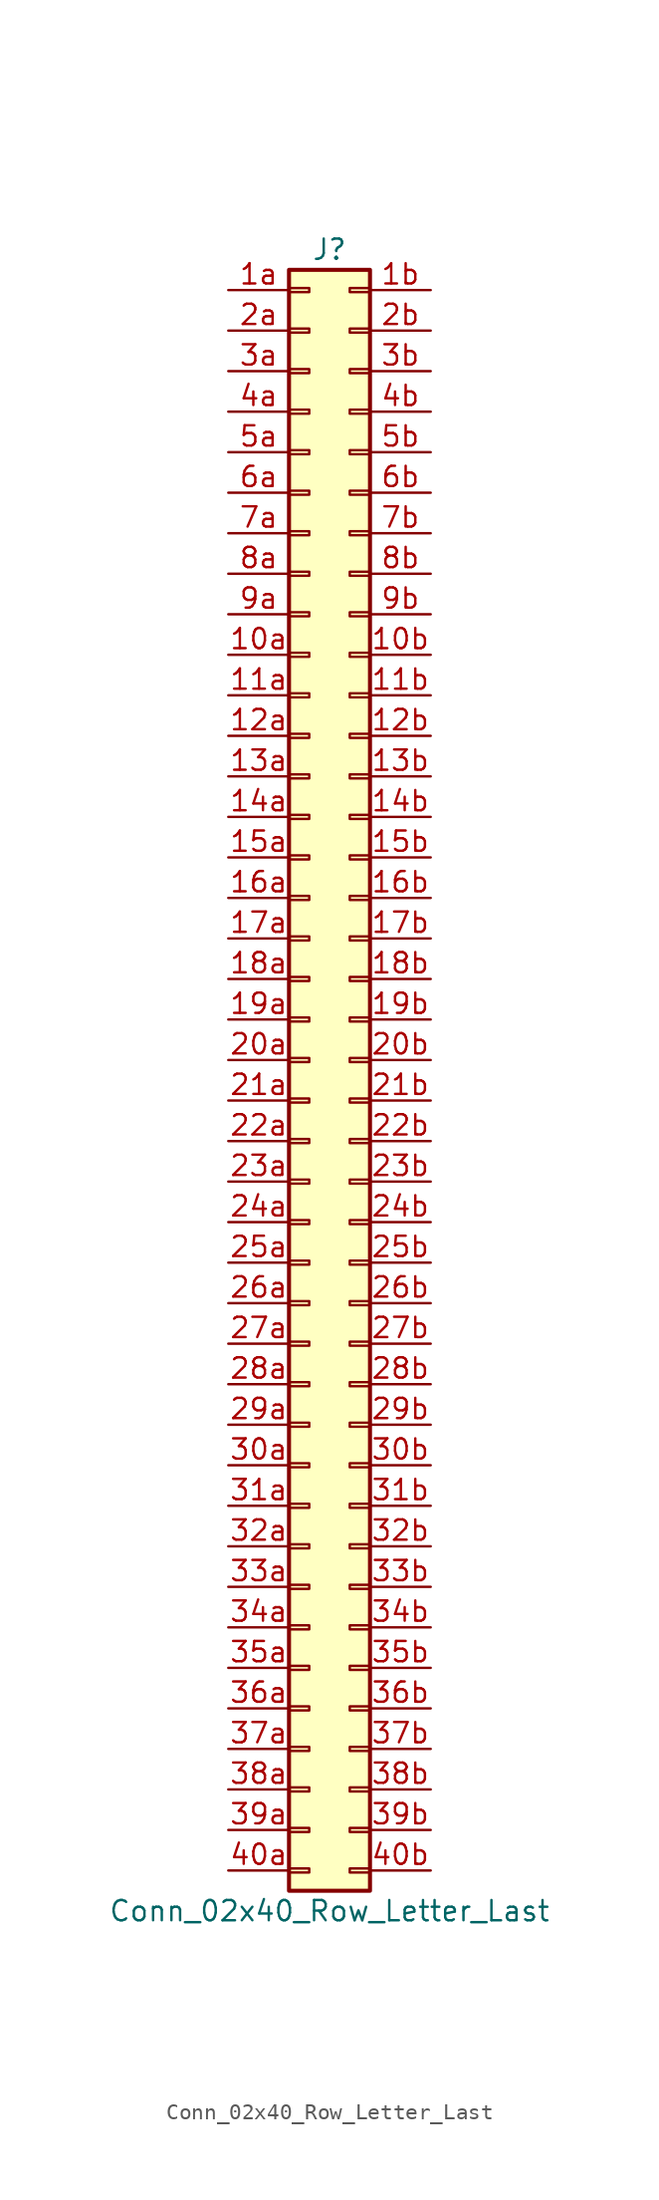
<source format=kicad_sym>
(kicad_symbol_lib
  (version 20201005)
  (generator kicad_symbol_editor)
  (symbol "Connector_Generic:Conn_02x40_Row_Letter_Last"
    (pin_names
      (offset 1.016) hide)
    (property "Reference" "J"
      (at 1.27 50.8 0)
      (effects (font (size 1.27 1.27))))
    (property "Value" "Conn_02x40_Row_Letter_Last"
      (at 1.27 -53.34 0)
      (effects (font (size 1.27 1.27))))
    (symbol "Conn_02x40_Row_Letter_Last_1_1"
      (rectangle (start -1.27 -27.813) (end 0 -28.067) (stroke (width 0.152)) (fill (type none)))
      (rectangle (start -1.27 -30.353) (end 0 -30.607) (stroke (width 0.152)) (fill (type none)))
      (rectangle (start -1.27 -32.893) (end 0 -33.147) (stroke (width 0.152)) (fill (type none)))
      (rectangle (start -1.27 -35.433) (end 0 -35.687) (stroke (width 0.152)) (fill (type none)))
      (rectangle (start -1.27 -37.973) (end 0 -38.227) (stroke (width 0.152)) (fill (type none)))
      (rectangle (start -1.27 -40.513) (end 0 -40.767) (stroke (width 0.152)) (fill (type none)))
      (rectangle (start -1.27 -43.053) (end 0 -43.307) (stroke (width 0.152)) (fill (type none)))
      (rectangle (start -1.27 -45.593) (end 0 -45.847) (stroke (width 0.152)) (fill (type none)))
      (rectangle (start -1.27 -48.133) (end 0 -48.387) (stroke (width 0.152)) (fill (type none)))
      (rectangle (start -1.27 -4.953) (end 0 -5.207) (stroke (width 0.152)) (fill (type none)))
      (rectangle (start -1.27 -50.673) (end 0 -50.927) (stroke (width 0.152)) (fill (type none)))
      (rectangle (start -1.27 -7.493) (end 0 -7.747) (stroke (width 0.152)) (fill (type none)))
      (rectangle (start -1.27 -10.033) (end 0 -10.287) (stroke (width 0.152)) (fill (type none)))
      (rectangle (start -1.27 -12.573) (end 0 -12.827) (stroke (width 0.152)) (fill (type none)))
      (rectangle (start -1.27 -15.113) (end 0 -15.367) (stroke (width 0.152)) (fill (type none)))
      (rectangle (start -1.27 -17.653) (end 0 -17.907) (stroke (width 0.152)) (fill (type none)))
      (rectangle (start -1.27 -20.193) (end 0 -20.447) (stroke (width 0.152)) (fill (type none)))
      (rectangle (start -1.27 -22.733) (end 0 -22.987) (stroke (width 0.152)) (fill (type none)))
      (rectangle (start -1.27 -2.413) (end 0 -2.667) (stroke (width 0.152)) (fill (type none)))
      (rectangle (start -1.27 -25.273) (end 0 -25.527) (stroke (width 0.152)) (fill (type none)))
      (rectangle (start -1.27 25.527) (end 0 25.273) (stroke (width 0.152)) (fill (type none)))
      (rectangle (start -1.27 2.667) (end 0 2.413) (stroke (width 0.152)) (fill (type none)))
      (rectangle (start -1.27 28.067) (end 0 27.813) (stroke (width 0.152)) (fill (type none)))
      (rectangle (start -1.27 30.607) (end 0 30.353) (stroke (width 0.152)) (fill (type none)))
      (rectangle (start -1.27 33.147) (end 0 32.893) (stroke (width 0.152)) (fill (type none)))
      (rectangle (start -1.27 35.687) (end 0 35.433) (stroke (width 0.152)) (fill (type none)))
      (rectangle (start -1.27 38.227) (end 0 37.973) (stroke (width 0.152)) (fill (type none)))
      (rectangle (start -1.27 40.767) (end 0 40.513) (stroke (width 0.152)) (fill (type none)))
      (rectangle (start -1.27 43.307) (end 0 43.053) (stroke (width 0.152)) (fill (type none)))
      (rectangle (start -1.27 45.847) (end 0 45.593) (stroke (width 0.152)) (fill (type none)))
      (rectangle (start -1.27 48.387) (end 0 48.133) (stroke (width 0.152)) (fill (type none)))
      (rectangle (start -1.27 49.53) (end 3.81 -52.07) (stroke (width 0.254)) (fill (type background)))
      (rectangle (start -1.27 5.207) (end 0 4.953) (stroke (width 0.152)) (fill (type none)))
      (rectangle (start -1.27 7.747) (end 0 7.493) (stroke (width 0.152)) (fill (type none)))
      (rectangle (start -1.27 10.287) (end 0 10.033) (stroke (width 0.152)) (fill (type none)))
      (rectangle (start -1.27 0.127) (end 0 -0.127) (stroke (width 0.152)) (fill (type none)))
      (rectangle (start -1.27 12.827) (end 0 12.573) (stroke (width 0.152)) (fill (type none)))
      (rectangle (start -1.27 15.367) (end 0 15.113) (stroke (width 0.152)) (fill (type none)))
      (rectangle (start -1.27 17.907) (end 0 17.653) (stroke (width 0.152)) (fill (type none)))
      (rectangle (start -1.27 20.447) (end 0 20.193) (stroke (width 0.152)) (fill (type none)))
      (rectangle (start -1.27 22.987) (end 0 22.733) (stroke (width 0.152)) (fill (type none)))
      (rectangle (start 3.81 -27.813) (end 2.54 -28.067) (stroke (width 0.152)) (fill (type none)))
      (rectangle (start 3.81 -30.353) (end 2.54 -30.607) (stroke (width 0.152)) (fill (type none)))
      (rectangle (start 3.81 -32.893) (end 2.54 -33.147) (stroke (width 0.152)) (fill (type none)))
      (rectangle (start 3.81 -35.433) (end 2.54 -35.687) (stroke (width 0.152)) (fill (type none)))
      (rectangle (start 3.81 -37.973) (end 2.54 -38.227) (stroke (width 0.152)) (fill (type none)))
      (rectangle (start 3.81 -40.513) (end 2.54 -40.767) (stroke (width 0.152)) (fill (type none)))
      (rectangle (start 3.81 -43.053) (end 2.54 -43.307) (stroke (width 0.152)) (fill (type none)))
      (rectangle (start 3.81 -45.593) (end 2.54 -45.847) (stroke (width 0.152)) (fill (type none)))
      (rectangle (start 3.81 -48.133) (end 2.54 -48.387) (stroke (width 0.152)) (fill (type none)))
      (rectangle (start 3.81 -4.953) (end 2.54 -5.207) (stroke (width 0.152)) (fill (type none)))
      (rectangle (start 3.81 -50.673) (end 2.54 -50.927) (stroke (width 0.152)) (fill (type none)))
      (rectangle (start 3.81 -7.493) (end 2.54 -7.747) (stroke (width 0.152)) (fill (type none)))
      (rectangle (start 3.81 -10.033) (end 2.54 -10.287) (stroke (width 0.152)) (fill (type none)))
      (rectangle (start 3.81 -12.573) (end 2.54 -12.827) (stroke (width 0.152)) (fill (type none)))
      (rectangle (start 3.81 -15.113) (end 2.54 -15.367) (stroke (width 0.152)) (fill (type none)))
      (rectangle (start 3.81 -17.653) (end 2.54 -17.907) (stroke (width 0.152)) (fill (type none)))
      (rectangle (start 3.81 -20.193) (end 2.54 -20.447) (stroke (width 0.152)) (fill (type none)))
      (rectangle (start 3.81 -22.733) (end 2.54 -22.987) (stroke (width 0.152)) (fill (type none)))
      (rectangle (start 3.81 -2.413) (end 2.54 -2.667) (stroke (width 0.152)) (fill (type none)))
      (rectangle (start 3.81 -25.273) (end 2.54 -25.527) (stroke (width 0.152)) (fill (type none)))
      (rectangle (start 3.81 25.527) (end 2.54 25.273) (stroke (width 0.152)) (fill (type none)))
      (rectangle (start 3.81 2.667) (end 2.54 2.413) (stroke (width 0.152)) (fill (type none)))
      (rectangle (start 3.81 28.067) (end 2.54 27.813) (stroke (width 0.152)) (fill (type none)))
      (rectangle (start 3.81 30.607) (end 2.54 30.353) (stroke (width 0.152)) (fill (type none)))
      (rectangle (start 3.81 33.147) (end 2.54 32.893) (stroke (width 0.152)) (fill (type none)))
      (rectangle (start 3.81 35.687) (end 2.54 35.433) (stroke (width 0.152)) (fill (type none)))
      (rectangle (start 3.81 38.227) (end 2.54 37.973) (stroke (width 0.152)) (fill (type none)))
      (rectangle (start 3.81 40.767) (end 2.54 40.513) (stroke (width 0.152)) (fill (type none)))
      (rectangle (start 3.81 43.307) (end 2.54 43.053) (stroke (width 0.152)) (fill (type none)))
      (rectangle (start 3.81 45.847) (end 2.54 45.593) (stroke (width 0.152)) (fill (type none)))
      (rectangle (start 3.81 48.387) (end 2.54 48.133) (stroke (width 0.152)) (fill (type none)))
      (rectangle (start 3.81 5.207) (end 2.54 4.953) (stroke (width 0.152)) (fill (type none)))
      (rectangle (start 3.81 7.747) (end 2.54 7.493) (stroke (width 0.152)) (fill (type none)))
      (rectangle (start 3.81 10.287) (end 2.54 10.033) (stroke (width 0.152)) (fill (type none)))
      (rectangle (start 3.81 0.127) (end 2.54 -0.127) (stroke (width 0.152)) (fill (type none)))
      (rectangle (start 3.81 12.827) (end 2.54 12.573) (stroke (width 0.152)) (fill (type none)))
      (rectangle (start 3.81 15.367) (end 2.54 15.113) (stroke (width 0.152)) (fill (type none)))
      (rectangle (start 3.81 17.907) (end 2.54 17.653) (stroke (width 0.152)) (fill (type none)))
      (rectangle (start 3.81 20.447) (end 2.54 20.193) (stroke (width 0.152)) (fill (type none)))
      (rectangle (start 3.81 22.987) (end 2.54 22.733) (stroke (width 0.152)) (fill (type none)))
      (pin passive line (at -5.08 25.4 0) (length 3.81) (name "Pin_10a" (effects (font (size 1.27 1.27)))) (number "10a" (effects (font (size 1.27 1.27)))))
      (pin passive line (at 7.62 25.4 180) (length 3.81) (name "Pin_10b" (effects (font (size 1.27 1.27)))) (number "10b" (effects (font (size 1.27 1.27)))))
      (pin passive line (at -5.08 22.86 0) (length 3.81) (name "Pin_11a" (effects (font (size 1.27 1.27)))) (number "11a" (effects (font (size 1.27 1.27)))))
      (pin passive line (at 7.62 22.86 180) (length 3.81) (name "Pin_11b" (effects (font (size 1.27 1.27)))) (number "11b" (effects (font (size 1.27 1.27)))))
      (pin passive line (at -5.08 20.32 0) (length 3.81) (name "Pin_12a" (effects (font (size 1.27 1.27)))) (number "12a" (effects (font (size 1.27 1.27)))))
      (pin passive line (at 7.62 20.32 180) (length 3.81) (name "Pin_12b" (effects (font (size 1.27 1.27)))) (number "12b" (effects (font (size 1.27 1.27)))))
      (pin passive line (at -5.08 17.78 0) (length 3.81) (name "Pin_13a" (effects (font (size 1.27 1.27)))) (number "13a" (effects (font (size 1.27 1.27)))))
      (pin passive line (at 7.62 17.78 180) (length 3.81) (name "Pin_13b" (effects (font (size 1.27 1.27)))) (number "13b" (effects (font (size 1.27 1.27)))))
      (pin passive line (at -5.08 15.24 0) (length 3.81) (name "Pin_14a" (effects (font (size 1.27 1.27)))) (number "14a" (effects (font (size 1.27 1.27)))))
      (pin passive line (at 7.62 15.24 180) (length 3.81) (name "Pin_14b" (effects (font (size 1.27 1.27)))) (number "14b" (effects (font (size 1.27 1.27)))))
      (pin passive line (at -5.08 12.7 0) (length 3.81) (name "Pin_15a" (effects (font (size 1.27 1.27)))) (number "15a" (effects (font (size 1.27 1.27)))))
      (pin passive line (at 7.62 12.7 180) (length 3.81) (name "Pin_15b" (effects (font (size 1.27 1.27)))) (number "15b" (effects (font (size 1.27 1.27)))))
      (pin passive line (at -5.08 10.16 0) (length 3.81) (name "Pin_16a" (effects (font (size 1.27 1.27)))) (number "16a" (effects (font (size 1.27 1.27)))))
      (pin passive line (at 7.62 10.16 180) (length 3.81) (name "Pin_16b" (effects (font (size 1.27 1.27)))) (number "16b" (effects (font (size 1.27 1.27)))))
      (pin passive line (at -5.08 7.62 0) (length 3.81) (name "Pin_17a" (effects (font (size 1.27 1.27)))) (number "17a" (effects (font (size 1.27 1.27)))))
      (pin passive line (at 7.62 7.62 180) (length 3.81) (name "Pin_17b" (effects (font (size 1.27 1.27)))) (number "17b" (effects (font (size 1.27 1.27)))))
      (pin passive line (at -5.08 5.08 0) (length 3.81) (name "Pin_18a" (effects (font (size 1.27 1.27)))) (number "18a" (effects (font (size 1.27 1.27)))))
      (pin passive line (at 7.62 5.08 180) (length 3.81) (name "Pin_18b" (effects (font (size 1.27 1.27)))) (number "18b" (effects (font (size 1.27 1.27)))))
      (pin passive line (at -5.08 2.54 0) (length 3.81) (name "Pin_19a" (effects (font (size 1.27 1.27)))) (number "19a" (effects (font (size 1.27 1.27)))))
      (pin passive line (at 7.62 2.54 180) (length 3.81) (name "Pin_19b" (effects (font (size 1.27 1.27)))) (number "19b" (effects (font (size 1.27 1.27)))))
      (pin passive line (at -5.08 48.26 0) (length 3.81) (name "Pin_1a" (effects (font (size 1.27 1.27)))) (number "1a" (effects (font (size 1.27 1.27)))))
      (pin passive line (at 7.62 48.26 180) (length 3.81) (name "Pin_1b" (effects (font (size 1.27 1.27)))) (number "1b" (effects (font (size 1.27 1.27)))))
      (pin passive line (at -5.08 0 0) (length 3.81) (name "Pin_20a" (effects (font (size 1.27 1.27)))) (number "20a" (effects (font (size 1.27 1.27)))))
      (pin passive line (at 7.62 0 180) (length 3.81) (name "Pin_20b" (effects (font (size 1.27 1.27)))) (number "20b" (effects (font (size 1.27 1.27)))))
      (pin passive line (at -5.08 -2.54 0) (length 3.81) (name "Pin_21a" (effects (font (size 1.27 1.27)))) (number "21a" (effects (font (size 1.27 1.27)))))
      (pin passive line (at 7.62 -2.54 180) (length 3.81) (name "Pin_21b" (effects (font (size 1.27 1.27)))) (number "21b" (effects (font (size 1.27 1.27)))))
      (pin passive line (at -5.08 -5.08 0) (length 3.81) (name "Pin_22a" (effects (font (size 1.27 1.27)))) (number "22a" (effects (font (size 1.27 1.27)))))
      (pin passive line (at 7.62 -5.08 180) (length 3.81) (name "Pin_22b" (effects (font (size 1.27 1.27)))) (number "22b" (effects (font (size 1.27 1.27)))))
      (pin passive line (at -5.08 -7.62 0) (length 3.81) (name "Pin_23a" (effects (font (size 1.27 1.27)))) (number "23a" (effects (font (size 1.27 1.27)))))
      (pin passive line (at 7.62 -7.62 180) (length 3.81) (name "Pin_23b" (effects (font (size 1.27 1.27)))) (number "23b" (effects (font (size 1.27 1.27)))))
      (pin passive line (at -5.08 -10.16 0) (length 3.81) (name "Pin_24a" (effects (font (size 1.27 1.27)))) (number "24a" (effects (font (size 1.27 1.27)))))
      (pin passive line (at 7.62 -10.16 180) (length 3.81) (name "Pin_24b" (effects (font (size 1.27 1.27)))) (number "24b" (effects (font (size 1.27 1.27)))))
      (pin passive line (at -5.08 -12.7 0) (length 3.81) (name "Pin_25a" (effects (font (size 1.27 1.27)))) (number "25a" (effects (font (size 1.27 1.27)))))
      (pin passive line (at 7.62 -12.7 180) (length 3.81) (name "Pin_25b" (effects (font (size 1.27 1.27)))) (number "25b" (effects (font (size 1.27 1.27)))))
      (pin passive line (at -5.08 -15.24 0) (length 3.81) (name "Pin_26a" (effects (font (size 1.27 1.27)))) (number "26a" (effects (font (size 1.27 1.27)))))
      (pin passive line (at 7.62 -15.24 180) (length 3.81) (name "Pin_26b" (effects (font (size 1.27 1.27)))) (number "26b" (effects (font (size 1.27 1.27)))))
      (pin passive line (at -5.08 -17.78 0) (length 3.81) (name "Pin_27a" (effects (font (size 1.27 1.27)))) (number "27a" (effects (font (size 1.27 1.27)))))
      (pin passive line (at 7.62 -17.78 180) (length 3.81) (name "Pin_27b" (effects (font (size 1.27 1.27)))) (number "27b" (effects (font (size 1.27 1.27)))))
      (pin passive line (at -5.08 -20.32 0) (length 3.81) (name "Pin_28a" (effects (font (size 1.27 1.27)))) (number "28a" (effects (font (size 1.27 1.27)))))
      (pin passive line (at 7.62 -20.32 180) (length 3.81) (name "Pin_28b" (effects (font (size 1.27 1.27)))) (number "28b" (effects (font (size 1.27 1.27)))))
      (pin passive line (at -5.08 -22.86 0) (length 3.81) (name "Pin_29a" (effects (font (size 1.27 1.27)))) (number "29a" (effects (font (size 1.27 1.27)))))
      (pin passive line (at 7.62 -22.86 180) (length 3.81) (name "Pin_29b" (effects (font (size 1.27 1.27)))) (number "29b" (effects (font (size 1.27 1.27)))))
      (pin passive line (at -5.08 45.72 0) (length 3.81) (name "Pin_2a" (effects (font (size 1.27 1.27)))) (number "2a" (effects (font (size 1.27 1.27)))))
      (pin passive line (at 7.62 45.72 180) (length 3.81) (name "Pin_2b" (effects (font (size 1.27 1.27)))) (number "2b" (effects (font (size 1.27 1.27)))))
      (pin passive line (at -5.08 -25.4 0) (length 3.81) (name "Pin_30a" (effects (font (size 1.27 1.27)))) (number "30a" (effects (font (size 1.27 1.27)))))
      (pin passive line (at 7.62 -25.4 180) (length 3.81) (name "Pin_30b" (effects (font (size 1.27 1.27)))) (number "30b" (effects (font (size 1.27 1.27)))))
      (pin passive line (at -5.08 -27.94 0) (length 3.81) (name "Pin_31a" (effects (font (size 1.27 1.27)))) (number "31a" (effects (font (size 1.27 1.27)))))
      (pin passive line (at 7.62 -27.94 180) (length 3.81) (name "Pin_31b" (effects (font (size 1.27 1.27)))) (number "31b" (effects (font (size 1.27 1.27)))))
      (pin passive line (at -5.08 -30.48 0) (length 3.81) (name "Pin_32a" (effects (font (size 1.27 1.27)))) (number "32a" (effects (font (size 1.27 1.27)))))
      (pin passive line (at 7.62 -30.48 180) (length 3.81) (name "Pin_32b" (effects (font (size 1.27 1.27)))) (number "32b" (effects (font (size 1.27 1.27)))))
      (pin passive line (at -5.08 -33.02 0) (length 3.81) (name "Pin_33a" (effects (font (size 1.27 1.27)))) (number "33a" (effects (font (size 1.27 1.27)))))
      (pin passive line (at 7.62 -33.02 180) (length 3.81) (name "Pin_33b" (effects (font (size 1.27 1.27)))) (number "33b" (effects (font (size 1.27 1.27)))))
      (pin passive line (at -5.08 -35.56 0) (length 3.81) (name "Pin_34a" (effects (font (size 1.27 1.27)))) (number "34a" (effects (font (size 1.27 1.27)))))
      (pin passive line (at 7.62 -35.56 180) (length 3.81) (name "Pin_34b" (effects (font (size 1.27 1.27)))) (number "34b" (effects (font (size 1.27 1.27)))))
      (pin passive line (at -5.08 -38.1 0) (length 3.81) (name "Pin_35a" (effects (font (size 1.27 1.27)))) (number "35a" (effects (font (size 1.27 1.27)))))
      (pin passive line (at 7.62 -38.1 180) (length 3.81) (name "Pin_35b" (effects (font (size 1.27 1.27)))) (number "35b" (effects (font (size 1.27 1.27)))))
      (pin passive line (at -5.08 -40.64 0) (length 3.81) (name "Pin_36a" (effects (font (size 1.27 1.27)))) (number "36a" (effects (font (size 1.27 1.27)))))
      (pin passive line (at 7.62 -40.64 180) (length 3.81) (name "Pin_36b" (effects (font (size 1.27 1.27)))) (number "36b" (effects (font (size 1.27 1.27)))))
      (pin passive line (at -5.08 -43.18 0) (length 3.81) (name "Pin_37a" (effects (font (size 1.27 1.27)))) (number "37a" (effects (font (size 1.27 1.27)))))
      (pin passive line (at 7.62 -43.18 180) (length 3.81) (name "Pin_37b" (effects (font (size 1.27 1.27)))) (number "37b" (effects (font (size 1.27 1.27)))))
      (pin passive line (at -5.08 -45.72 0) (length 3.81) (name "Pin_38a" (effects (font (size 1.27 1.27)))) (number "38a" (effects (font (size 1.27 1.27)))))
      (pin passive line (at 7.62 -45.72 180) (length 3.81) (name "Pin_38b" (effects (font (size 1.27 1.27)))) (number "38b" (effects (font (size 1.27 1.27)))))
      (pin passive line (at -5.08 -48.26 0) (length 3.81) (name "Pin_39a" (effects (font (size 1.27 1.27)))) (number "39a" (effects (font (size 1.27 1.27)))))
      (pin passive line (at 7.62 -48.26 180) (length 3.81) (name "Pin_39b" (effects (font (size 1.27 1.27)))) (number "39b" (effects (font (size 1.27 1.27)))))
      (pin passive line (at -5.08 43.18 0) (length 3.81) (name "Pin_3a" (effects (font (size 1.27 1.27)))) (number "3a" (effects (font (size 1.27 1.27)))))
      (pin passive line (at 7.62 43.18 180) (length 3.81) (name "Pin_3b" (effects (font (size 1.27 1.27)))) (number "3b" (effects (font (size 1.27 1.27)))))
      (pin passive line (at -5.08 -50.8 0) (length 3.81) (name "Pin_40a" (effects (font (size 1.27 1.27)))) (number "40a" (effects (font (size 1.27 1.27)))))
      (pin passive line (at 7.62 -50.8 180) (length 3.81) (name "Pin_40b" (effects (font (size 1.27 1.27)))) (number "40b" (effects (font (size 1.27 1.27)))))
      (pin passive line (at -5.08 40.64 0) (length 3.81) (name "Pin_4a" (effects (font (size 1.27 1.27)))) (number "4a" (effects (font (size 1.27 1.27)))))
      (pin passive line (at 7.62 40.64 180) (length 3.81) (name "Pin_4b" (effects (font (size 1.27 1.27)))) (number "4b" (effects (font (size 1.27 1.27)))))
      (pin passive line (at -5.08 38.1 0) (length 3.81) (name "Pin_5a" (effects (font (size 1.27 1.27)))) (number "5a" (effects (font (size 1.27 1.27)))))
      (pin passive line (at 7.62 38.1 180) (length 3.81) (name "Pin_5b" (effects (font (size 1.27 1.27)))) (number "5b" (effects (font (size 1.27 1.27)))))
      (pin passive line (at -5.08 35.56 0) (length 3.81) (name "Pin_6a" (effects (font (size 1.27 1.27)))) (number "6a" (effects (font (size 1.27 1.27)))))
      (pin passive line (at 7.62 35.56 180) (length 3.81) (name "Pin_6b" (effects (font (size 1.27 1.27)))) (number "6b" (effects (font (size 1.27 1.27)))))
      (pin passive line (at -5.08 33.02 0) (length 3.81) (name "Pin_7a" (effects (font (size 1.27 1.27)))) (number "7a" (effects (font (size 1.27 1.27)))))
      (pin passive line (at 7.62 33.02 180) (length 3.81) (name "Pin_7b" (effects (font (size 1.27 1.27)))) (number "7b" (effects (font (size 1.27 1.27)))))
      (pin passive line (at -5.08 30.48 0) (length 3.81) (name "Pin_8a" (effects (font (size 1.27 1.27)))) (number "8a" (effects (font (size 1.27 1.27)))))
      (pin passive line (at 7.62 30.48 180) (length 3.81) (name "Pin_8b" (effects (font (size 1.27 1.27)))) (number "8b" (effects (font (size 1.27 1.27)))))
      (pin passive line (at -5.08 27.94 0) (length 3.81) (name "Pin_9a" (effects (font (size 1.27 1.27)))) (number "9a" (effects (font (size 1.27 1.27)))))
      (pin passive line (at 7.62 27.94 180) (length 3.81) (name "Pin_9b" (effects (font (size 1.27 1.27)))) (number "9b" (effects (font (size 1.27 1.27))))))))
</source>
